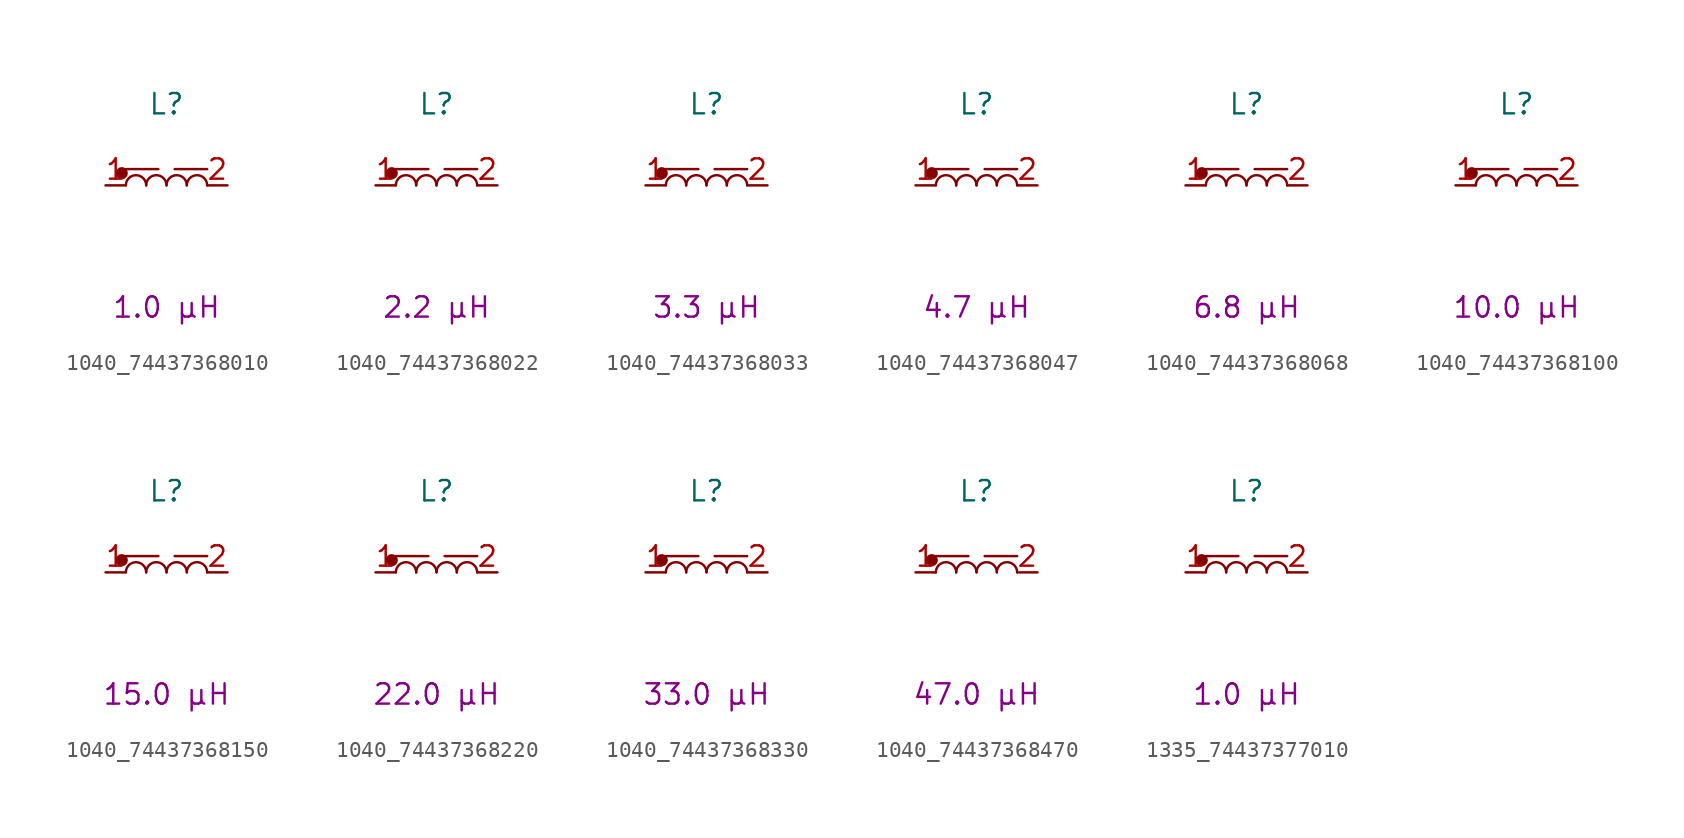
<source format=kicad_sym>
(kicad_symbol_lib
  (version 20220914)
  (generator kicad_symbol_editor)
  (symbol "1040_74437368010"
    (pin_names hide)
    (property "Reference" "L"
      (at 0 5.08 0)
      (effects (font (size 1.27 1.27))))
    (property "Critical Parameter" "1.0 µH"
      (at 0 -7.62 0)
      (effects (font (size 1.27 1.27))))
    (symbol "1040_74437368010_0_1"
      (arc (start -1.27 0) (mid -1.905 0.6323) (end -2.54 0) (stroke (width 0) (type default)) (fill (type none)))
      (arc (start 0 0) (mid -0.635 0.6323) (end -1.27 0) (stroke (width 0) (type default)) (fill (type none)))
      (polyline (pts (xy -2.54 1.016) (xy -0.508 1.016)) (stroke (width 0) (type default)) (fill (type none)))
      (arc (start 1.27 0) (mid 0.635 0.6323) (end 0 0) (stroke (width 0) (type default)) (fill (type none)))
      (arc (start 2.54 0) (mid 1.905 0.6323) (end 1.27 0) (stroke (width 0) (type default)) (fill (type none))))
    (symbol "1040_74437368010_1_1"
      (circle (center -2.794 0.762) (radius 0.0001) (stroke (width 0.381) (type default)) (fill (type none)))
      (polyline (pts (xy 2.54 1.016) (xy 0.508 1.016)) (stroke (width 0) (type default)) (fill (type none)))
      (pin passive line (at -3.81 0 0) (length 1.27) (name "1" (effects (font (size 1.27 1.27)))) (number "1" (effects (font (size 1.27 1.27)))))
      (pin passive line (at 3.81 0 180) (length 1.27) (name "2" (effects (font (size 1.27 1.27)))) (number "2" (effects (font (size 1.27 1.27)))))))
  (symbol "1040_74437368022"
    (pin_names hide)
    (property "Reference" "L"
      (at 0 5.08 0)
      (effects (font (size 1.27 1.27))))
    (property "Critical Parameter" "2.2 µH"
      (at 0 -7.62 0)
      (effects (font (size 1.27 1.27))))
    (symbol "1040_74437368022_0_1"
      (arc (start -1.27 0) (mid -1.905 0.6323) (end -2.54 0) (stroke (width 0) (type default)) (fill (type none)))
      (arc (start 0 0) (mid -0.635 0.6323) (end -1.27 0) (stroke (width 0) (type default)) (fill (type none)))
      (polyline (pts (xy -2.54 1.016) (xy -0.508 1.016)) (stroke (width 0) (type default)) (fill (type none)))
      (arc (start 1.27 0) (mid 0.635 0.6323) (end 0 0) (stroke (width 0) (type default)) (fill (type none)))
      (arc (start 2.54 0) (mid 1.905 0.6323) (end 1.27 0) (stroke (width 0) (type default)) (fill (type none))))
    (symbol "1040_74437368022_1_1"
      (circle (center -2.794 0.762) (radius 0.0001) (stroke (width 0.381) (type default)) (fill (type none)))
      (polyline (pts (xy 2.54 1.016) (xy 0.508 1.016)) (stroke (width 0) (type default)) (fill (type none)))
      (pin passive line (at -3.81 0 0) (length 1.27) (name "1" (effects (font (size 1.27 1.27)))) (number "1" (effects (font (size 1.27 1.27)))))
      (pin passive line (at 3.81 0 180) (length 1.27) (name "2" (effects (font (size 1.27 1.27)))) (number "2" (effects (font (size 1.27 1.27)))))))
  (symbol "1040_74437368033"
    (pin_names hide)
    (property "Reference" "L"
      (at 0 5.08 0)
      (effects (font (size 1.27 1.27))))
    (property "Critical Parameter" "3.3 µH"
      (at 0 -7.62 0)
      (effects (font (size 1.27 1.27))))
    (symbol "1040_74437368033_0_1"
      (arc (start -1.27 0) (mid -1.905 0.6323) (end -2.54 0) (stroke (width 0) (type default)) (fill (type none)))
      (arc (start 0 0) (mid -0.635 0.6323) (end -1.27 0) (stroke (width 0) (type default)) (fill (type none)))
      (polyline (pts (xy -2.54 1.016) (xy -0.508 1.016)) (stroke (width 0) (type default)) (fill (type none)))
      (arc (start 1.27 0) (mid 0.635 0.6323) (end 0 0) (stroke (width 0) (type default)) (fill (type none)))
      (arc (start 2.54 0) (mid 1.905 0.6323) (end 1.27 0) (stroke (width 0) (type default)) (fill (type none))))
    (symbol "1040_74437368033_1_1"
      (circle (center -2.794 0.762) (radius 0.0001) (stroke (width 0.381) (type default)) (fill (type none)))
      (polyline (pts (xy 2.54 1.016) (xy 0.508 1.016)) (stroke (width 0) (type default)) (fill (type none)))
      (pin passive line (at -3.81 0 0) (length 1.27) (name "1" (effects (font (size 1.27 1.27)))) (number "1" (effects (font (size 1.27 1.27)))))
      (pin passive line (at 3.81 0 180) (length 1.27) (name "2" (effects (font (size 1.27 1.27)))) (number "2" (effects (font (size 1.27 1.27)))))))
  (symbol "1040_74437368047"
    (pin_names hide)
    (property "Reference" "L"
      (at 0 5.08 0)
      (effects (font (size 1.27 1.27))))
    (property "Critical Parameter" "4.7 µH"
      (at 0 -7.62 0)
      (effects (font (size 1.27 1.27))))
    (symbol "1040_74437368047_0_1"
      (arc (start -1.27 0) (mid -1.905 0.6323) (end -2.54 0) (stroke (width 0) (type default)) (fill (type none)))
      (arc (start 0 0) (mid -0.635 0.6323) (end -1.27 0) (stroke (width 0) (type default)) (fill (type none)))
      (polyline (pts (xy -2.54 1.016) (xy -0.508 1.016)) (stroke (width 0) (type default)) (fill (type none)))
      (arc (start 1.27 0) (mid 0.635 0.6323) (end 0 0) (stroke (width 0) (type default)) (fill (type none)))
      (arc (start 2.54 0) (mid 1.905 0.6323) (end 1.27 0) (stroke (width 0) (type default)) (fill (type none))))
    (symbol "1040_74437368047_1_1"
      (circle (center -2.794 0.762) (radius 0.0001) (stroke (width 0.381) (type default)) (fill (type none)))
      (polyline (pts (xy 2.54 1.016) (xy 0.508 1.016)) (stroke (width 0) (type default)) (fill (type none)))
      (pin passive line (at -3.81 0 0) (length 1.27) (name "1" (effects (font (size 1.27 1.27)))) (number "1" (effects (font (size 1.27 1.27)))))
      (pin passive line (at 3.81 0 180) (length 1.27) (name "2" (effects (font (size 1.27 1.27)))) (number "2" (effects (font (size 1.27 1.27)))))))
  (symbol "1040_74437368068"
    (pin_names hide)
    (property "Reference" "L"
      (at 0 5.08 0)
      (effects (font (size 1.27 1.27))))
    (property "Critical Parameter" "6.8 µH"
      (at 0 -7.62 0)
      (effects (font (size 1.27 1.27))))
    (symbol "1040_74437368068_0_1"
      (arc (start -1.27 0) (mid -1.905 0.6323) (end -2.54 0) (stroke (width 0) (type default)) (fill (type none)))
      (arc (start 0 0) (mid -0.635 0.6323) (end -1.27 0) (stroke (width 0) (type default)) (fill (type none)))
      (polyline (pts (xy -2.54 1.016) (xy -0.508 1.016)) (stroke (width 0) (type default)) (fill (type none)))
      (arc (start 1.27 0) (mid 0.635 0.6323) (end 0 0) (stroke (width 0) (type default)) (fill (type none)))
      (arc (start 2.54 0) (mid 1.905 0.6323) (end 1.27 0) (stroke (width 0) (type default)) (fill (type none))))
    (symbol "1040_74437368068_1_1"
      (circle (center -2.794 0.762) (radius 0.0001) (stroke (width 0.381) (type default)) (fill (type none)))
      (polyline (pts (xy 2.54 1.016) (xy 0.508 1.016)) (stroke (width 0) (type default)) (fill (type none)))
      (pin passive line (at -3.81 0 0) (length 1.27) (name "1" (effects (font (size 1.27 1.27)))) (number "1" (effects (font (size 1.27 1.27)))))
      (pin passive line (at 3.81 0 180) (length 1.27) (name "2" (effects (font (size 1.27 1.27)))) (number "2" (effects (font (size 1.27 1.27)))))))
  (symbol "1040_74437368100"
    (pin_names hide)
    (property "Reference" "L"
      (at 0 5.08 0)
      (effects (font (size 1.27 1.27))))
    (property "Critical Parameter" "10.0 µH"
      (at 0 -7.62 0)
      (effects (font (size 1.27 1.27))))
    (symbol "1040_74437368100_0_1"
      (arc (start -1.27 0) (mid -1.905 0.6323) (end -2.54 0) (stroke (width 0) (type default)) (fill (type none)))
      (arc (start 0 0) (mid -0.635 0.6323) (end -1.27 0) (stroke (width 0) (type default)) (fill (type none)))
      (polyline (pts (xy -2.54 1.016) (xy -0.508 1.016)) (stroke (width 0) (type default)) (fill (type none)))
      (arc (start 1.27 0) (mid 0.635 0.6323) (end 0 0) (stroke (width 0) (type default)) (fill (type none)))
      (arc (start 2.54 0) (mid 1.905 0.6323) (end 1.27 0) (stroke (width 0) (type default)) (fill (type none))))
    (symbol "1040_74437368100_1_1"
      (circle (center -2.794 0.762) (radius 0.0001) (stroke (width 0.381) (type default)) (fill (type none)))
      (polyline (pts (xy 2.54 1.016) (xy 0.508 1.016)) (stroke (width 0) (type default)) (fill (type none)))
      (pin passive line (at -3.81 0 0) (length 1.27) (name "1" (effects (font (size 1.27 1.27)))) (number "1" (effects (font (size 1.27 1.27)))))
      (pin passive line (at 3.81 0 180) (length 1.27) (name "2" (effects (font (size 1.27 1.27)))) (number "2" (effects (font (size 1.27 1.27)))))))
  (symbol "1040_74437368150"
    (pin_names hide)
    (property "Reference" "L"
      (at 0 5.08 0)
      (effects (font (size 1.27 1.27))))
    (property "Critical Parameter" "15.0 µH"
      (at 0 -7.62 0)
      (effects (font (size 1.27 1.27))))
    (symbol "1040_74437368150_0_1"
      (arc (start -1.27 0) (mid -1.905 0.6323) (end -2.54 0) (stroke (width 0) (type default)) (fill (type none)))
      (arc (start 0 0) (mid -0.635 0.6323) (end -1.27 0) (stroke (width 0) (type default)) (fill (type none)))
      (polyline (pts (xy -2.54 1.016) (xy -0.508 1.016)) (stroke (width 0) (type default)) (fill (type none)))
      (arc (start 1.27 0) (mid 0.635 0.6323) (end 0 0) (stroke (width 0) (type default)) (fill (type none)))
      (arc (start 2.54 0) (mid 1.905 0.6323) (end 1.27 0) (stroke (width 0) (type default)) (fill (type none))))
    (symbol "1040_74437368150_1_1"
      (circle (center -2.794 0.762) (radius 0.0001) (stroke (width 0.381) (type default)) (fill (type none)))
      (polyline (pts (xy 2.54 1.016) (xy 0.508 1.016)) (stroke (width 0) (type default)) (fill (type none)))
      (pin passive line (at -3.81 0 0) (length 1.27) (name "1" (effects (font (size 1.27 1.27)))) (number "1" (effects (font (size 1.27 1.27)))))
      (pin passive line (at 3.81 0 180) (length 1.27) (name "2" (effects (font (size 1.27 1.27)))) (number "2" (effects (font (size 1.27 1.27)))))))
  (symbol "1040_74437368220"
    (pin_names hide)
    (property "Reference" "L"
      (at 0 5.08 0)
      (effects (font (size 1.27 1.27))))
    (property "Critical Parameter" "22.0 µH"
      (at 0 -7.62 0)
      (effects (font (size 1.27 1.27))))
    (symbol "1040_74437368220_0_1"
      (arc (start -1.27 0) (mid -1.905 0.6323) (end -2.54 0) (stroke (width 0) (type default)) (fill (type none)))
      (arc (start 0 0) (mid -0.635 0.6323) (end -1.27 0) (stroke (width 0) (type default)) (fill (type none)))
      (polyline (pts (xy -2.54 1.016) (xy -0.508 1.016)) (stroke (width 0) (type default)) (fill (type none)))
      (arc (start 1.27 0) (mid 0.635 0.6323) (end 0 0) (stroke (width 0) (type default)) (fill (type none)))
      (arc (start 2.54 0) (mid 1.905 0.6323) (end 1.27 0) (stroke (width 0) (type default)) (fill (type none))))
    (symbol "1040_74437368220_1_1"
      (circle (center -2.794 0.762) (radius 0.0001) (stroke (width 0.381) (type default)) (fill (type none)))
      (polyline (pts (xy 2.54 1.016) (xy 0.508 1.016)) (stroke (width 0) (type default)) (fill (type none)))
      (pin passive line (at -3.81 0 0) (length 1.27) (name "1" (effects (font (size 1.27 1.27)))) (number "1" (effects (font (size 1.27 1.27)))))
      (pin passive line (at 3.81 0 180) (length 1.27) (name "2" (effects (font (size 1.27 1.27)))) (number "2" (effects (font (size 1.27 1.27)))))))
  (symbol "1040_74437368330"
    (pin_names hide)
    (property "Reference" "L"
      (at 0 5.08 0)
      (effects (font (size 1.27 1.27))))
    (property "Critical Parameter" "33.0 µH"
      (at 0 -7.62 0)
      (effects (font (size 1.27 1.27))))
    (symbol "1040_74437368330_0_1"
      (arc (start -1.27 0) (mid -1.905 0.6323) (end -2.54 0) (stroke (width 0) (type default)) (fill (type none)))
      (arc (start 0 0) (mid -0.635 0.6323) (end -1.27 0) (stroke (width 0) (type default)) (fill (type none)))
      (polyline (pts (xy -2.54 1.016) (xy -0.508 1.016)) (stroke (width 0) (type default)) (fill (type none)))
      (arc (start 1.27 0) (mid 0.635 0.6323) (end 0 0) (stroke (width 0) (type default)) (fill (type none)))
      (arc (start 2.54 0) (mid 1.905 0.6323) (end 1.27 0) (stroke (width 0) (type default)) (fill (type none))))
    (symbol "1040_74437368330_1_1"
      (circle (center -2.794 0.762) (radius 0.0001) (stroke (width 0.381) (type default)) (fill (type none)))
      (polyline (pts (xy 2.54 1.016) (xy 0.508 1.016)) (stroke (width 0) (type default)) (fill (type none)))
      (pin passive line (at -3.81 0 0) (length 1.27) (name "1" (effects (font (size 1.27 1.27)))) (number "1" (effects (font (size 1.27 1.27)))))
      (pin passive line (at 3.81 0 180) (length 1.27) (name "2" (effects (font (size 1.27 1.27)))) (number "2" (effects (font (size 1.27 1.27)))))))
  (symbol "1040_74437368470"
    (pin_names hide)
    (property "Reference" "L"
      (at 0 5.08 0)
      (effects (font (size 1.27 1.27))))
    (property "Critical Parameter" "47.0 µH"
      (at 0 -7.62 0)
      (effects (font (size 1.27 1.27))))
    (symbol "1040_74437368470_0_1"
      (arc (start -1.27 0) (mid -1.905 0.6323) (end -2.54 0) (stroke (width 0) (type default)) (fill (type none)))
      (arc (start 0 0) (mid -0.635 0.6323) (end -1.27 0) (stroke (width 0) (type default)) (fill (type none)))
      (polyline (pts (xy -2.54 1.016) (xy -0.508 1.016)) (stroke (width 0) (type default)) (fill (type none)))
      (arc (start 1.27 0) (mid 0.635 0.6323) (end 0 0) (stroke (width 0) (type default)) (fill (type none)))
      (arc (start 2.54 0) (mid 1.905 0.6323) (end 1.27 0) (stroke (width 0) (type default)) (fill (type none))))
    (symbol "1040_74437368470_1_1"
      (circle (center -2.794 0.762) (radius 0.0001) (stroke (width 0.381) (type default)) (fill (type none)))
      (polyline (pts (xy 2.54 1.016) (xy 0.508 1.016)) (stroke (width 0) (type default)) (fill (type none)))
      (pin passive line (at -3.81 0 0) (length 1.27) (name "1" (effects (font (size 1.27 1.27)))) (number "1" (effects (font (size 1.27 1.27)))))
      (pin passive line (at 3.81 0 180) (length 1.27) (name "2" (effects (font (size 1.27 1.27)))) (number "2" (effects (font (size 1.27 1.27)))))))
  (symbol "1335_74437377010"
    (pin_names hide)
    (property "Reference" "L"
      (at 0 5.08 0)
      (effects (font (size 1.27 1.27))))
    (property "Critical Parameter" "1.0 µH"
      (at 0 -7.62 0)
      (effects (font (size 1.27 1.27))))
    (symbol "1335_74437377010_0_1"
      (arc (start -1.27 0) (mid -1.905 0.6323) (end -2.54 0) (stroke (width 0) (type default)) (fill (type none)))
      (arc (start 0 0) (mid -0.635 0.6323) (end -1.27 0) (stroke (width 0) (type default)) (fill (type none)))
      (polyline (pts (xy -2.54 1.016) (xy -0.508 1.016)) (stroke (width 0) (type default)) (fill (type none)))
      (arc (start 1.27 0) (mid 0.635 0.6323) (end 0 0) (stroke (width 0) (type default)) (fill (type none)))
      (arc (start 2.54 0) (mid 1.905 0.6323) (end 1.27 0) (stroke (width 0) (type default)) (fill (type none))))
    (symbol "1335_74437377010_1_1"
      (circle (center -2.794 0.762) (radius 0.0001) (stroke (width 0.381) (type default)) (fill (type none)))
      (polyline (pts (xy 2.54 1.016) (xy 0.508 1.016)) (stroke (width 0) (type default)) (fill (type none)))
      (pin passive line (at -3.81 0 0) (length 1.27) (name "1" (effects (font (size 1.27 1.27)))) (number "1" (effects (font (size 1.27 1.27)))))
      (pin passive line (at 3.81 0 180) (length 1.27) (name "2" (effects (font (size 1.27 1.27)))) (number "2" (effects (font (size 1.27 1.27))))))))
</source>
